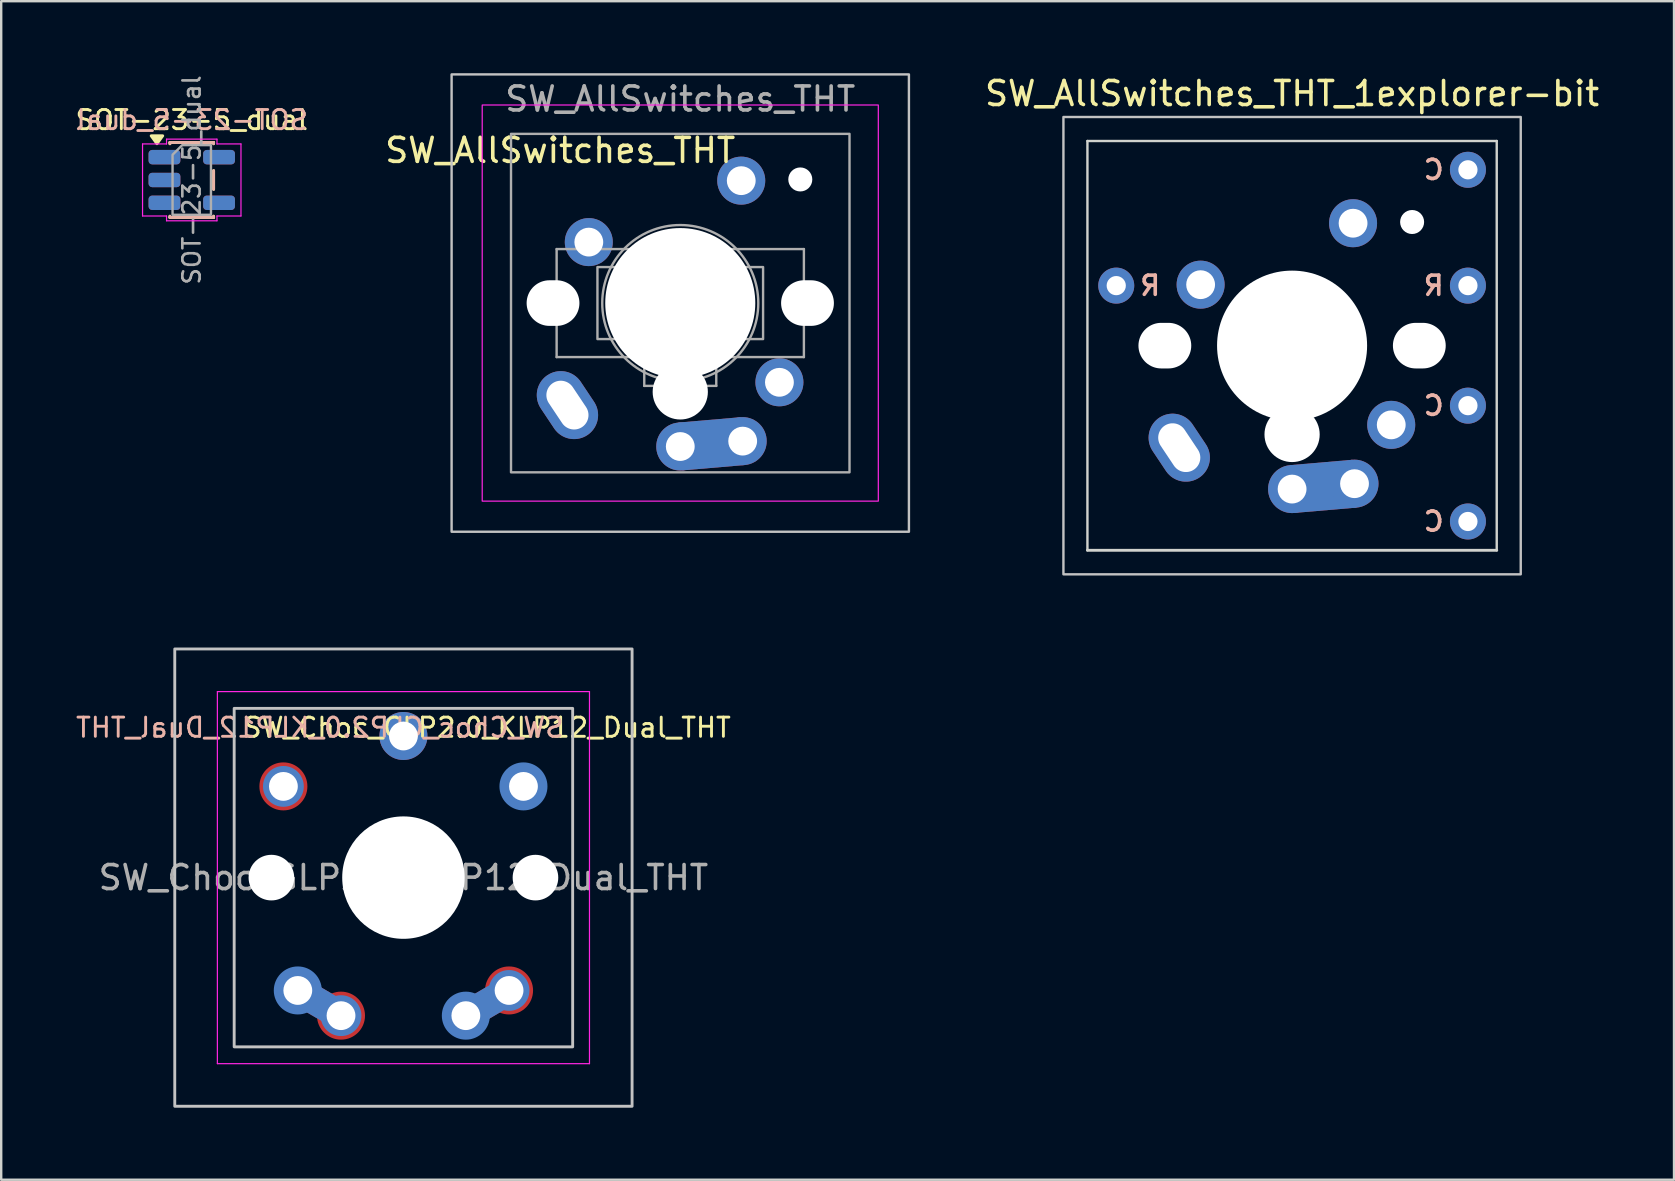
<source format=kicad_pcb>
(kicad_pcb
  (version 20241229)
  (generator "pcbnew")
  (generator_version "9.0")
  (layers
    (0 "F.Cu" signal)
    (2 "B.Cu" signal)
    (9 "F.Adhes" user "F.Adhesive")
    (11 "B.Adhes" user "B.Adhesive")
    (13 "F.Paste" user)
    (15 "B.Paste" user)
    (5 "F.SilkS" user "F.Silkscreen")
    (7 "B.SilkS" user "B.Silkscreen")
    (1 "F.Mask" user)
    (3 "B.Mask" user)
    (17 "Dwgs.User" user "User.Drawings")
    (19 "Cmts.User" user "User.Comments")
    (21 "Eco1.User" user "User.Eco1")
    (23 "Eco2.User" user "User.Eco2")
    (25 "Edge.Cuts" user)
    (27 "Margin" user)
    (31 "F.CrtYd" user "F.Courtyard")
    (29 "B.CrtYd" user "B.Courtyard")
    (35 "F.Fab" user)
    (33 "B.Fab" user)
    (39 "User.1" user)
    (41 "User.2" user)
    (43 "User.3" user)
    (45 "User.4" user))
  (footprint "SOT-23-5_dual"
    (layer "F.Cu")
    (at 4.938 4.447)
    (property "Reference" "SOT-23-5_dual" (at 0 -2.5 0) (layer "F.SilkS") (effects (font (size 0.8 0.8) (thickness 0.12))))
    (property "REF" "${REFERENCE}" (at 0 -2.5 0) (layer "B.SilkS") (effects (font (size 0.8 0.8) (thickness 0.12)) (justify mirror)))
    (attr smd)
    (fp_line (start -0.91 -1.56) (end 0.91 -1.56) (stroke (width 0.12) (type solid)) (layer "F.SilkS"))
    (fp_line (start -0.91 -1.51) (end -0.91 -1.56) (stroke (width 0.12) (type solid)) (layer "F.SilkS"))
    (fp_line (start -0.91 1.56) (end -0.91 1.51) (stroke (width 0.12) (type solid)) (layer "F.SilkS"))
    (fp_line (start 0.91 -1.56) (end 0.91 -1.51) (stroke (width 0.12) (type solid)) (layer "F.SilkS"))
    (fp_line (start 0.91 -0.39) (end 0.91 0.39) (stroke (width 0.12) (type solid)) (layer "F.SilkS"))
    (fp_line (start 0.91 1.51) (end 0.91 1.56) (stroke (width 0.12) (type solid)) (layer "F.SilkS"))
    (fp_line (start 0.91 1.56) (end -0.91 1.56) (stroke (width 0.12) (type solid)) (layer "F.SilkS"))
    (fp_poly (pts (xy -1.45 -1.51) (xy -1.69 -1.84) (xy -1.21 -1.84)) (stroke (width 0.12) (type solid)) (fill yes) (layer "F.SilkS"))
    (fp_line (start -0.91 -1.56) (end -0.91 -1.51) (stroke (width 0.12) (type solid)) (layer "B.SilkS"))
    (fp_line (start -0.91 1.51) (end -0.91 1.56) (stroke (width 0.12) (type solid)) (layer "B.SilkS"))
    (fp_line (start -0.91 1.56) (end 0.91 1.56) (stroke (width 0.12) (type solid)) (layer "B.SilkS"))
    (fp_line (start 0.91 -1.56) (end -0.91 -1.56) (stroke (width 0.12) (type solid)) (layer "B.SilkS"))
    (fp_line (start 0.91 -1.51) (end 0.91 -1.56) (stroke (width 0.12) (type solid)) (layer "B.SilkS"))
    (fp_line (start 0.91 0.39) (end 0.91 -0.39) (stroke (width 0.12) (type solid)) (layer "B.SilkS"))
    (fp_line (start 0.91 1.56) (end 0.91 1.51) (stroke (width 0.12) (type solid)) (layer "B.SilkS"))
    (fp_line (start -2.05 -1.5) (end -1.05 -1.5) (stroke (width 0.05) (type solid)) (layer "F.CrtYd"))
    (fp_line (start -2.05 1.5) (end -2.05 -1.5) (stroke (width 0.05) (type solid)) (layer "F.CrtYd"))
    (fp_line (start -1.05 -1.7) (end 1.05 -1.7) (stroke (width 0.05) (type solid)) (layer "F.CrtYd"))
    (fp_line (start -1.05 -1.5) (end -1.05 -1.7) (stroke (width 0.05) (type solid)) (layer "F.CrtYd"))
    (fp_line (start -1.05 1.5) (end -2.05 1.5) (stroke (width 0.05) (type solid)) (layer "F.CrtYd"))
    (fp_line (start -1.05 1.7) (end -1.05 1.5) (stroke (width 0.05) (type solid)) (layer "F.CrtYd"))
    (fp_line (start 1.05 -1.7) (end 1.05 -1.5) (stroke (width 0.05) (type solid)) (layer "F.CrtYd"))
    (fp_line (start 1.05 -1.5) (end 2.05 -1.5) (stroke (width 0.05) (type solid)) (layer "F.CrtYd"))
    (fp_line (start 1.05 1.5) (end 1.05 1.7) (stroke (width 0.05) (type solid)) (layer "F.CrtYd"))
    (fp_line (start 1.05 1.7) (end -1.05 1.7) (stroke (width 0.05) (type solid)) (layer "F.CrtYd"))
    (fp_line (start 2.05 -1.5) (end 2.05 1.5) (stroke (width 0.05) (type solid)) (layer "F.CrtYd"))
    (fp_line (start 2.05 1.5) (end 1.05 1.5) (stroke (width 0.05) (type solid)) (layer "F.CrtYd"))
    (fp_poly (pts (xy -0.8 -1.05) (xy -0.8 1.45) (xy 0.8 1.45) (xy 0.8 -1.45) (xy -0.4 -1.45)) (stroke (width 0.1) (type solid)) (fill no) (layer "F.Fab"))
    (fp_text user "${REFERENCE}" (at 0 0 90) (layer "F.Fab") (effects (font (size 0.72 0.72) (thickness 0.11))))
    (pad "1" smd roundrect (at -1.137 -0.95) (size 1.325 0.6) (layers "F.Cu" "F.Mask" "F.Paste") (roundrect_rratio 0.25))
    (pad "1" smd roundrect (at -1.137 0.95 180) (size 1.325 0.6) (layers "B.Cu" "B.Mask" "B.Paste") (roundrect_rratio 0.25))
    (pad "2" smd roundrect (at -1.137 0) (size 1.325 0.6) (layers "F.Cu" "F.Mask" "F.Paste") (roundrect_rratio 0.25))
    (pad "2" smd roundrect (at -1.137 0 180) (size 1.325 0.6) (layers "B.Cu" "B.Mask" "B.Paste") (roundrect_rratio 0.25))
    (pad "3" smd roundrect (at -1.137 -0.95 180) (size 1.325 0.6) (layers "B.Cu" "B.Mask" "B.Paste") (roundrect_rratio 0.25))
    (pad "3" smd roundrect (at -1.137 0.95) (size 1.325 0.6) (layers "F.Cu" "F.Mask" "F.Paste") (roundrect_rratio 0.25))
    (pad "4" smd roundrect (at 1.137 -0.95 180) (size 1.325 0.6) (layers "B.Cu" "B.Mask" "B.Paste") (roundrect_rratio 0.25))
    (pad "4" smd roundrect (at 1.137 0.95) (size 1.325 0.6) (layers "F.Cu" "F.Mask" "F.Paste") (roundrect_rratio 0.25))
    (pad "5" smd roundrect (at 1.137 -0.95) (size 1.325 0.6) (layers "F.Cu" "F.Mask" "F.Paste") (roundrect_rratio 0.25))
    (pad "5" smd roundrect (at 1.137 0.95 180) (size 1.325 0.6) (layers "B.Cu" "B.Mask" "B.Paste") (roundrect_rratio 0.25)))
  (footprint "SW_Choc_GLP2.0_KLP12_Dual_THT"
    (layer "F.Cu")
    (at 13.755 33.508)
    (property "Reference" "SW_Choc_GLP2.0_KLP12_Dual_THT" (at -6.75 -6.25 180) (layer "F.SilkS") (effects (font (size 0.8 0.8) (thickness 0.12)) (justify left)))
    (property "Reference2" "${REFERENCE}" (at 6.75 -6.25 180) (layer "B.SilkS") (effects (font (size 0.8 0.8) (thickness 0.12)) (justify left mirror)))
    (attr through_hole)
    (fp_rect (start -9.525 -9.525) (end 9.525 9.525) (stroke (width 0.12) (type default)) (fill no) (layer "Dwgs.User"))
    (fp_rect (start -7.05 -7.05) (end 7.05 7.05) (stroke (width 0.12) (type solid)) (fill no) (layer "Dwgs.User"))
    (fp_line (start -7.75 -7.75) (end -7.75 7.75) (stroke (width 0.05) (type solid)) (layer "F.CrtYd"))
    (fp_line (start -7.75 7.75) (end 7.75 7.75) (stroke (width 0.05) (type solid)) (layer "F.CrtYd"))
    (fp_line (start 7.75 -7.75) (end -7.75 -7.75) (stroke (width 0.05) (type solid)) (layer "F.CrtYd"))
    (fp_line (start 7.75 7.75) (end 7.75 -7.75) (stroke (width 0.05) (type solid)) (layer "F.CrtYd"))
    (fp_text user "${REFERENCE}" (at 0 0 180) (layer "F.Fab") (effects (font (size 1 1) (thickness 0.15))))
    (pad "" np_thru_hole circle (at -5.5 0 180) (size 1.9 1.9) (drill 1.9) (layers "*.Cu" "*.Mask"))
    (pad "" np_thru_hole circle (at 0 0) (size 5.1 5.1) (drill 5.1) (layers "*.Cu" "*.Mask"))
    (pad "" np_thru_hole circle (at 5.5 0 180) (size 1.9 1.9) (drill 1.9) (layers "*.Cu" "*.Mask"))
    (pad "1" thru_hole circle (at -5 -3.8) (size 1.7 1.7) (drill 1.2) (layers "*.Cu" "F.Mask"))
    (pad "1" smd circle (at -5 -3.8) (size 2 2) (layers "F.Cu" "F.Mask"))
    (pad "1" thru_hole circle (at 2.6 5.75) (size 1.7 1.7) (drill 1.2) (layers "*.Cu" "B.Mask"))
    (pad "1" smd circle (at 2.6 5.75) (size 2 2) (layers "B.Cu" "B.Mask"))
    (pad "1" smd trapezoid (at 3.5 5.225 210.3) (size 2 1.2) (layers "F.Cu"))
    (pad "1" smd trapezoid (at 3.5 5.225 30.3) (size 2 1.2) (layers "B.Cu"))
    (pad "1" thru_hole circle (at 4.4 4.7) (size 1.7 1.7) (drill 1.2) (layers "*.Cu" "F.Mask"))
    (pad "1" smd circle (at 4.4 4.7) (size 2 2) (layers "F.Cu" "F.Mask"))
    (pad "1" thru_hole circle (at 5 -3.8) (size 1.7 1.7) (drill 1.2) (layers "*.Cu" "B.Mask"))
    (pad "1" smd circle (at 5 -3.8) (size 2 2) (layers "B.Cu" "B.Mask"))
    (pad "2" thru_hole circle (at -4.4 4.7) (size 1.7 1.7) (drill 1.2) (layers "*.Cu" "B.Mask"))
    (pad "2" smd circle (at -4.4 4.7) (size 2 2) (layers "B.Cu" "B.Mask"))
    (pad "2" smd trapezoid (at -3.5 5.225 329.7) (size 2 1.2) (layers "F.Cu"))
    (pad "2" smd trapezoid (at -3.5 5.225 149.7) (size 2 1.2) (layers "B.Cu"))
    (pad "2" thru_hole circle (at -2.6 5.75) (size 1.7 1.7) (drill 1.2) (layers "*.Cu" "F.Mask"))
    (pad "2" smd circle (at -2.6 5.75) (size 2 2) (layers "F.Cu" "F.Mask"))
    (pad "2" thru_hole circle (at 0 -5.9) (size 2 2) (drill 1.2) (layers "*.Cu" "*.Mask")))
  (footprint "SW_AllSwitches_THT_1explorer-bit"
    (layer "F.Cu")
    (at 50.773 11.348)
    (property "Reference" "SW_AllSwitches_THT_1explorer-bit" (at 0 -10.5 0) (unlocked yes) (layer "F.SilkS") (effects (font (size 1 1) (thickness 0.15))))
    (attr through_hole)
    (fp_rect (start -9.525 -9.525) (end 9.525 9.525) (stroke (width 0.1) (type solid)) (fill no) (layer "Dwgs.User"))
    (fp_line (start -8.525 -8.525) (end -8.525 8.525) (stroke (width 0.1) (type default)) (layer "Edge.Cuts"))
    (fp_line (start -8.525 -8.525) (end 8.525 -8.525) (stroke (width 0.1) (type default)) (layer "Edge.Cuts"))
    (fp_line (start -8.525 8.525) (end 8.525 8.525) (stroke (width 0.12) (type default)) (layer "Edge.Cuts"))
    (fp_line (start 8.525 8.525) (end 8.525 -8.525) (stroke (width 0.1) (type default)) (layer "Edge.Cuts"))
    (fp_text user "C" (at 5.9 7.325 0) (layer "B.SilkS") (effects (font (size 0.8 0.8) (thickness 0.15)) (justify mirror)))
    (fp_text user "R" (at -5.91 -2.5 0) (layer "B.SilkS") (effects (font (size 0.8 0.8) (thickness 0.15)) (justify mirror)))
    (fp_text user "C" (at 5.9 2.5 0) (layer "B.SilkS") (effects (font (size 0.8 0.8) (thickness 0.15)) (justify mirror)))
    (fp_text user "C" (at 5.9 -7.325 0) (layer "B.SilkS") (effects (font (size 0.8 0.8) (thickness 0.15)) (justify mirror)))
    (fp_text user "R" (at 5.9 -2.5 0) (layer "B.SilkS") (effects (font (size 0.8 0.8) (thickness 0.15)) (justify mirror)))
    (pad "" np_thru_hole oval (at -5.3 0) (size 2.2 1.9) (drill oval 2.2 1.9) (layers "*.Cu" "*.Mask"))
    (pad "" np_thru_hole circle (at 0 0 180) (size 6.25 6.25) (drill 6.25) (layers "*.Cu" "*.Mask"))
    (pad "" np_thru_hole circle (at 0 3.7) (size 2.3 2.3) (drill 2.3) (layers "*.Cu" "*.Mask"))
    (pad "" np_thru_hole circle (at 5 -5.15) (size 1 1) (drill 1) (layers "*.Cu" "*.Mask"))
    (pad "" np_thru_hole oval (at 5.3 0) (size 2.2 1.9) (drill oval 2.2 1.9) (layers "*.Cu" "*.Mask"))
    (pad "1" thru_hole circle (at 0 5.975 180) (size 2 2) (drill 1.2) (layers "*.Cu" "*.Mask"))
    (pad "1" smd trapezoid (at 1.3 5.862 4.9) (size 2.6 2) (layers "F.Cu" "F.Mask"))
    (pad "1" smd trapezoid (at 1.3 5.862 4.9) (size 2.6 2) (layers "B.Cu" "B.Mask"))
    (pad "1" thru_hole circle (at 2.54 -5.1) (size 2 2) (drill 1.2) (layers "*.Cu" "*.Mask"))
    (pad "1" thru_hole circle (at 2.6 5.75) (size 2 2) (drill 1.2) (layers "*.Cu" "*.Mask"))
    (pad "1" thru_hole circle (at 7.325 -7.325 180) (size 1.5 1.5) (drill 0.8) (layers "*.Cu" "*.Mask"))
    (pad "1" thru_hole circle (at 7.325 2.5) (size 1.5 1.5) (drill 0.8) (layers "*.Cu" "*.Mask"))
    (pad "1" thru_hole circle (at 7.325 7.325 270) (size 1.5 1.5) (drill 0.8) (layers "*.Cu" "*.Mask"))
    (pad "2" thru_hole circle (at -7.325 -2.5 270) (size 1.5 1.5) (drill 0.8) (layers "*.Cu" "*.Mask"))
    (pad "2" thru_hole oval (at -4.7 4.25 123.7) (size 3 2) (drill oval 2.2 1.2) (layers "*.Cu" "*.Mask"))
    (pad "2" thru_hole circle (at -3.81 -2.54 105.3) (size 2 2) (drill 1.2) (layers "*.Cu" "*.Mask"))
    (pad "2" thru_hole circle (at 4.13 3.3 180) (size 2 2) (drill 1.2) (layers "*.Cu" "*.Mask"))
    (pad "2" thru_hole circle (at 7.325 -2.5 90) (size 1.5 1.5) (drill 0.8) (layers "*.Cu" "*.Mask")))
  (footprint "SW_AllSwitches_THT"
    (layer "F.Cu")
    (at 25.287 9.575)
    (property "Reference" "SW_AllSwitches_THT" (at -5 -6.36 0) (unlocked yes) (layer "F.SilkS") (effects (font (size 1 1) (thickness 0.15))))
    (attr through_hole)
    (fp_rect (start -9.525 -9.525) (end 9.525 9.525) (stroke (width 0.1) (type solid)) (fill no) (layer "Dwgs.User"))
    (fp_rect (start -8.25 -8.25) (end 8.25 8.25) (stroke (width 0.05) (type solid)) (fill no) (layer "F.CrtYd"))
    (fp_line (start -5.15 -2.25) (end -5.15 2.25) (stroke (width 0.1) (type default)) (layer "F.Fab"))
    (fp_line (start -5.15 -2.25) (end 5.15 -2.25) (stroke (width 0.1) (type default)) (layer "F.Fab"))
    (fp_line (start -5.15 2.25) (end -1.5 2.25) (stroke (width 0.1) (type default)) (layer "F.Fab"))
    (fp_line (start -1.5 3.45) (end -1.5 2.25) (stroke (width 0.1) (type default)) (layer "F.Fab"))
    (fp_line (start 1.5 2.25) (end 1.5 3.45) (stroke (width 0.1) (type default)) (layer "F.Fab"))
    (fp_line (start 1.5 3.45) (end -1.5 3.45) (stroke (width 0.1) (type default)) (layer "F.Fab"))
    (fp_line (start 5.15 -2.25) (end 5.15 2.25) (stroke (width 0.1) (type default)) (layer "F.Fab"))
    (fp_line (start 5.15 2.25) (end 1.5 2.25) (stroke (width 0.1) (type default)) (layer "F.Fab"))
    (fp_rect (start -2.25 -1.5) (end -3.45 1.5) (stroke (width 0.1) (type default)) (fill no) (layer "F.Fab"))
    (fp_rect (start 3.45 -1.5) (end 2.25 1.5) (stroke (width 0.1) (type default)) (fill no) (layer "F.Fab"))
    (fp_rect (start 7.05 7.05) (end -7.05 -7.05) (stroke (width 0.1) (type solid)) (fill no) (layer "F.Fab"))
    (fp_circle (center 0 0) (end 2.75 0) (stroke (width 0.1) (type default)) (fill no) (layer "F.Fab"))
    (fp_circle (center 0 0) (end 3.25 0) (stroke (width 0.1) (type default)) (fill no) (layer "F.Fab"))
    (fp_poly (pts (xy -2.05 -0.65) (xy -0.7 -0.65) (xy -0.7 -2) (xy 0.6 -2) (xy 0.6 -0.65) (xy 1.95 -0.65) (xy 1.95 0.65) (xy 0.6 0.65) (xy 0.6 2) (xy -0.7 2) (xy -0.7 0.65) (xy -2.05 0.65)) (stroke (width 0.1) (type solid)) (fill no) (layer "F.Fab"))
    (fp_text user "${REFERENCE}" (at 0 -8.5 0) (unlocked yes) (layer "F.Fab") (effects (font (size 1 1) (thickness 0.15))))
    (pad "" np_thru_hole oval (at -5.3 0) (size 2.2 1.9) (drill oval 2.2 1.9) (layers "*.Cu" "*.Mask"))
    (pad "" np_thru_hole circle (at 0 0 180) (size 6.25 6.25) (drill 6.25) (layers "*.Cu" "*.Mask"))
    (pad "" np_thru_hole circle (at 0 3.7) (size 2.3 2.3) (drill 2.3) (layers "*.Cu" "*.Mask"))
    (pad "" np_thru_hole circle (at 5 -5.15) (size 1 1) (drill 1) (layers "*.Cu" "*.Mask"))
    (pad "" np_thru_hole oval (at 5.3 0) (size 2.2 1.9) (drill oval 2.2 1.9) (layers "*.Cu" "*.Mask"))
    (pad "1" thru_hole circle (at 0 5.975 180) (size 2 2) (drill 1.2) (layers "*.Cu" "*.Mask"))
    (pad "1" smd trapezoid (at 1.3 5.862 4.9) (size 2.6 2) (layers "F.Cu" "F.Mask"))
    (pad "1" smd trapezoid (at 1.3 5.862 4.9) (size 2.6 2) (layers "B.Cu" "B.Mask"))
    (pad "1" thru_hole circle (at 2.54 -5.1) (size 2 2) (drill 1.2) (layers "*.Cu" "*.Mask"))
    (pad "1" thru_hole circle (at 2.6 5.75) (size 2 2) (drill 1.2) (layers "*.Cu" "*.Mask"))
    (pad "2" thru_hole oval (at -4.7 4.25 123.7) (size 3 2) (drill oval 2.2 1.2) (layers "*.Cu" "*.Mask"))
    (pad "2" thru_hole circle (at -3.81 -2.54 105.3) (size 2 2) (drill 1.2) (layers "*.Cu" "*.Mask"))
    (pad "2" thru_hole circle (at 4.13 3.3 180) (size 2 2) (drill 1.2) (layers "*.Cu" "*.Mask")))
  (gr_rect
    (start -3 -3)
    (end 66.683 46.093)
    (stroke (width 0.1) (type default))
    (fill no)
    (layer "Edge.Cuts")))
</source>
